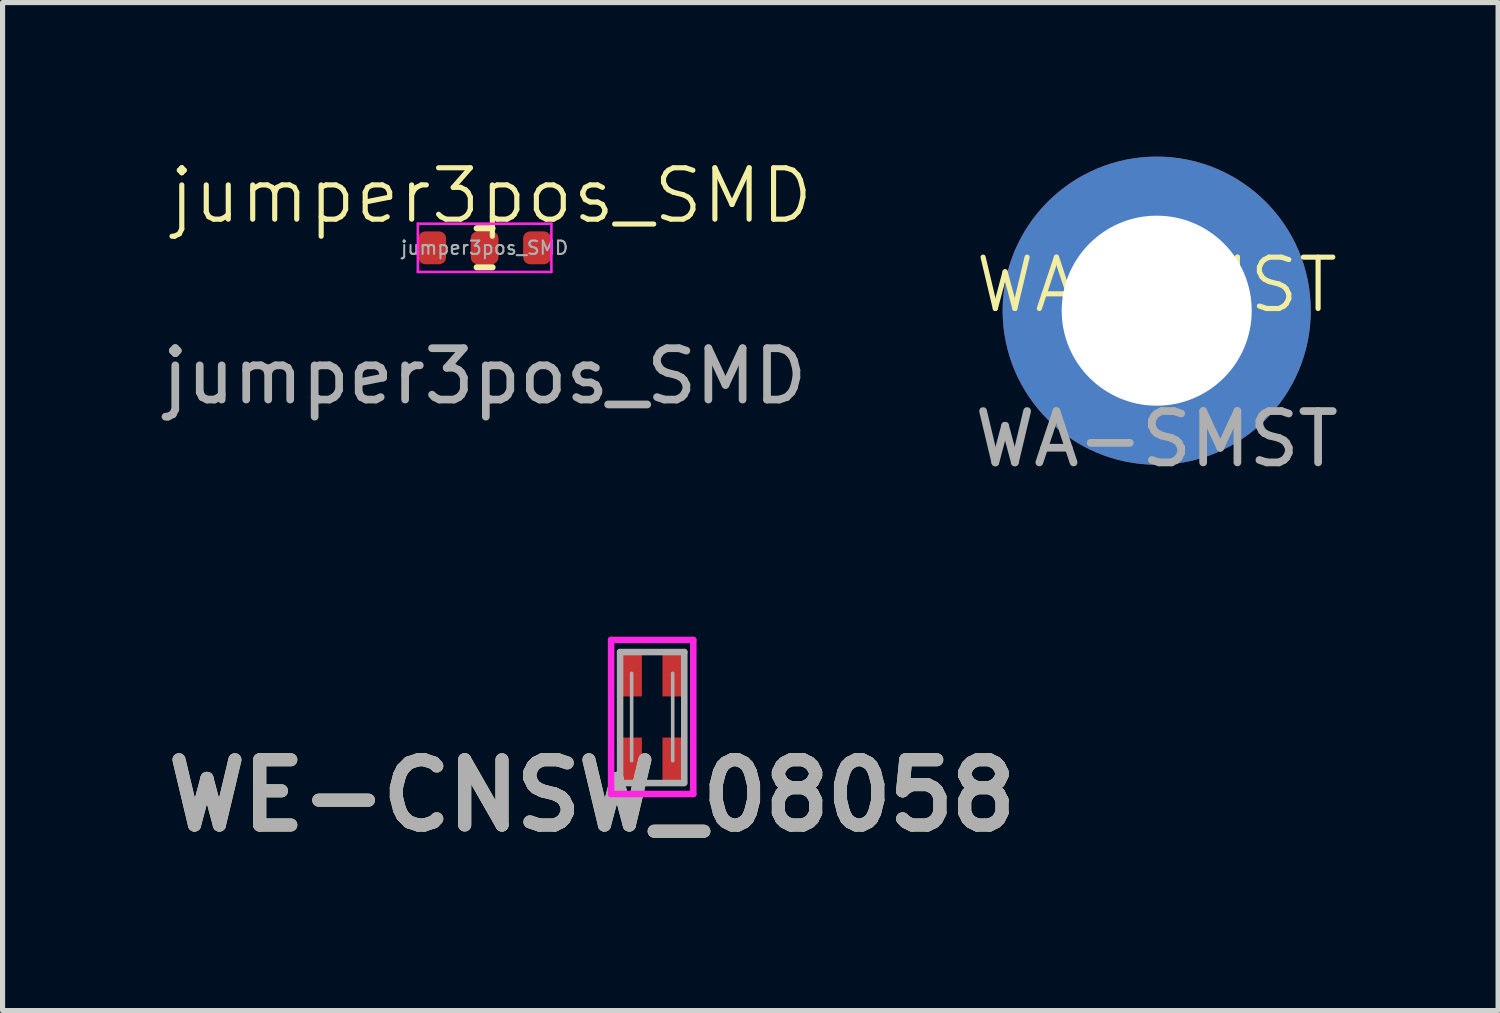
<source format=kicad_pcb>
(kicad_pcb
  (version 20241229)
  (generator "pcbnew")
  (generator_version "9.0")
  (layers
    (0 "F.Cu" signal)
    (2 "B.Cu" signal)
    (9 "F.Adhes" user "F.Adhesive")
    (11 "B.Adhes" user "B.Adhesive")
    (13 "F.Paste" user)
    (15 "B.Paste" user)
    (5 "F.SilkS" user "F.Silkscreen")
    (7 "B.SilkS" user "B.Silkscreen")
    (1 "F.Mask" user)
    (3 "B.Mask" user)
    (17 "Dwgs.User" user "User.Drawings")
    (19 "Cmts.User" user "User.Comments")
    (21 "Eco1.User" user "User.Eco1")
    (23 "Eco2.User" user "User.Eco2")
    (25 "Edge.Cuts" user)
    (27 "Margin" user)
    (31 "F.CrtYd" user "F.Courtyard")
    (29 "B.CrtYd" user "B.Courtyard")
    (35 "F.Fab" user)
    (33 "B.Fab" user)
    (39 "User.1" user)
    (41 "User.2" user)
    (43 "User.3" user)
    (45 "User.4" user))
  (footprint "jumper3pos_SMD"
    (layer "F.Cu")
    (at 6.387 1.776)
    (property "Reference" "jumper3pos_SMD" (at 0.127 -1.016 0) (unlocked yes) (layer "F.SilkS") (effects (font (size 1 1) (thickness 0.1))))
    (attr smd)
    (fp_line (start -0.154 -0.38) (end 0.154 -0.38) (stroke (width 0.12) (type solid)) (layer "F.SilkS"))
    (fp_line (start -0.154 0.38) (end 0.154 0.38) (stroke (width 0.12) (type solid)) (layer "F.SilkS"))
    (fp_line (start -1.3 -0.47) (end 1.3 -0.47) (stroke (width 0.05) (type solid)) (layer "F.CrtYd"))
    (fp_line (start -1.3 0.47) (end -1.3 -0.47) (stroke (width 0.05) (type solid)) (layer "F.CrtYd"))
    (fp_line (start 1.3 -0.47) (end 1.3 0.47) (stroke (width 0.05) (type solid)) (layer "F.CrtYd"))
    (fp_line (start 1.3 0.47) (end -1.3 0.47) (stroke (width 0.05) (type solid)) (layer "F.CrtYd"))
    (fp_text user "${REFERENCE}" (at 0 0 0) (layer "F.Fab") (effects (font (size 0.26 0.26) (thickness 0.04))))
    (fp_text user "${REFERENCE}" (at 0 2.5 0) (unlocked yes) (layer "F.Fab") (effects (font (size 1 1) (thickness 0.15))))
    (pad "1" smd roundrect (at -1.02 0) (size 0.54 0.64) (layers "F.Cu" "F.Mask" "F.Paste") (roundrect_rratio 0.25))
    (pad "2" smd roundrect (at 0 0) (size 0.54 0.64) (layers "F.Cu" "F.Mask" "F.Paste") (roundrect_rratio 0.25))
    (pad "3" smd roundrect (at 1.02 0) (size 0.54 0.64) (layers "F.Cu" "F.Mask" "F.Paste") (roundrect_rratio 0.25)))
  (footprint "WE-CNSW_08058"
    (layer "F.Cu")
    (at 9.65 10.912)
    (property "Reference" "WE-CNSW_08058" (at -1.171 1.529 0) (layer "F.SilkS") (effects (font (size 1.27 1.27) (thickness 0.254))))
    (attr smd)
    (fp_line (start -0.8 -1.5) (end -0.8 1.5) (stroke (width 0.127) (type solid)) (layer "F.CrtYd"))
    (fp_line (start -0.8 1.5) (end 0.8 1.5) (stroke (width 0.127) (type solid)) (layer "F.CrtYd"))
    (fp_line (start 0.8 -1.5) (end -0.8 -1.5) (stroke (width 0.127) (type solid)) (layer "F.CrtYd"))
    (fp_line (start 0.8 1.5) (end 0.8 -1.5) (stroke (width 0.127) (type solid)) (layer "F.CrtYd"))
    (fp_line (start -0.625 -1.264) (end 0.625 -1.264) (stroke (width 0.127) (type solid)) (layer "F.Fab"))
    (fp_line (start -0.625 1.287) (end -0.625 -1.264) (stroke (width 0.127) (type solid)) (layer "F.Fab"))
    (fp_line (start -0.4 -0.85) (end -0.4 0.85) (stroke (width 0.07) (type solid)) (layer "F.Fab"))
    (fp_line (start 0.4 -0.85) (end 0.4 0.85) (stroke (width 0.07) (type solid)) (layer "F.Fab"))
    (fp_line (start 0.62 1.287) (end -0.625 1.287) (stroke (width 0.127) (type solid)) (layer "F.Fab"))
    (fp_line (start 0.625 -1.264) (end 0.625 1.283) (stroke (width 0.127) (type solid)) (layer "F.Fab"))
    (fp_text user "${REFERENCE}" (at -1.171 1.529 0) (layer "F.Fab") (effects (font (size 1.27 1.27) (thickness 0.254))))
    (pad "1" smd rect (at -0.4 0.85) (size 0.4 0.9) (layers "F.Cu" "F.Mask" "F.Paste"))
    (pad "2" smd rect (at -0.4 -0.85) (size 0.4 0.9) (layers "F.Cu" "F.Mask" "F.Paste"))
    (pad "3" smd rect (at 0.4 -0.85) (size 0.4 0.9) (layers "F.Cu" "F.Mask" "F.Paste"))
    (pad "4" smd rect (at 0.4 0.85) (size 0.4 0.9) (layers "F.Cu" "F.Mask" "F.Paste")))
  (footprint "WA-SMST"
    (layer "F.Cu")
    (at 19.475 3)
    (property "Reference" "WA-SMST" (at 0 -0.5 0) (unlocked yes) (layer "F.SilkS") (effects (font (size 1 1) (thickness 0.1))))
    (attr through_hole)
    (fp_text user "${REFERENCE}" (at 0 2.5 0) (unlocked yes) (layer "F.Fab") (effects (font (size 1 1) (thickness 0.15))))
    (pad "1" thru_hole circle (at 0 0) (size 6 6) (drill 3.7) (layers "*.Cu" "F.Mask")))
  (gr_rect
    (start -3 -3)
    (end 26.123 16.629)
    (stroke (width 0.1) (type default))
    (fill no)
    (layer "Edge.Cuts")))
</source>
